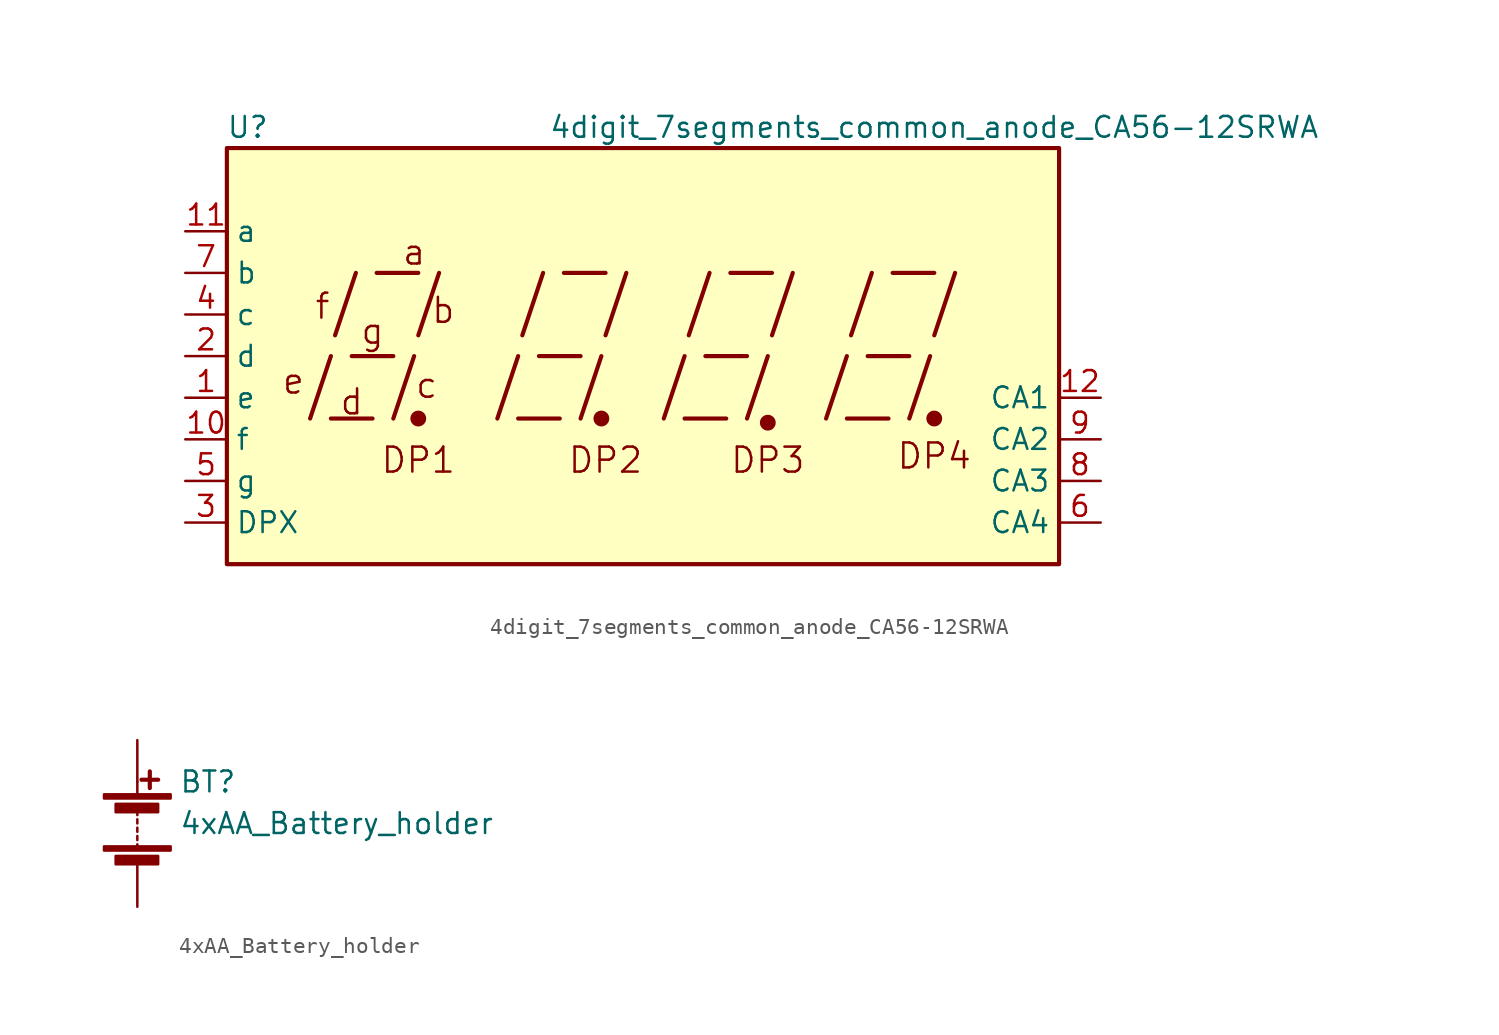
<source format=kicad_sym>
(kicad_symbol_lib
  (version 20211014)
  (generator kicad_symbol_editor)
  (symbol "4digit_7segments_common_anode_CA56-12SRWA"
    (property "Reference" "U"
      (at -24.13 13.97 0)
      (effects (font (size 1.27 1.27))))
    (property "Value" "4digit_7segments_common_anode_CA56-12SRWA"
      (at 17.78 13.97 0)
      (effects (font (size 1.27 1.27))))
    (symbol "4digit_7segments_common_anode_CA56-12SRWA_0_0"
      (rectangle (start -25.4 12.7) (end 25.4 -12.7) (stroke (width 0.254) (type default) (color 0 0 0 0)) (fill (type background)))
      (polyline (pts (xy -20.32 -3.81) (xy -19.05 0)) (stroke (width 0.254) (type default) (color 0 0 0 0)) (fill (type none)))
      (polyline (pts (xy -19.05 -3.81) (xy -16.51 -3.81)) (stroke (width 0.254) (type default) (color 0 0 0 0)) (fill (type none)))
      (polyline (pts (xy -18.796 1.27) (xy -17.526 5.08)) (stroke (width 0.254) (type default) (color 0 0 0 0)) (fill (type none)))
      (polyline (pts (xy -17.78 0) (xy -15.24 0)) (stroke (width 0.254) (type default) (color 0 0 0 0)) (fill (type none)))
      (polyline (pts (xy -16.256 5.08) (xy -13.716 5.08)) (stroke (width 0.254) (type default) (color 0 0 0 0)) (fill (type none)))
      (polyline (pts (xy -15.24 -3.81) (xy -13.97 0)) (stroke (width 0.254) (type default) (color 0 0 0 0)) (fill (type none)))
      (polyline (pts (xy -13.716 1.27) (xy -12.446 5.08)) (stroke (width 0.254) (type default) (color 0 0 0 0)) (fill (type none)))
      (polyline (pts (xy -8.89 -3.81) (xy -7.62 0)) (stroke (width 0.254) (type default) (color 0 0 0 0)) (fill (type none)))
      (polyline (pts (xy -7.62 -3.81) (xy -5.08 -3.81)) (stroke (width 0.254) (type default) (color 0 0 0 0)) (fill (type none)))
      (polyline (pts (xy -7.366 1.27) (xy -6.096 5.08)) (stroke (width 0.254) (type default) (color 0 0 0 0)) (fill (type none)))
      (polyline (pts (xy -6.35 0) (xy -3.81 0)) (stroke (width 0.254) (type default) (color 0 0 0 0)) (fill (type none)))
      (polyline (pts (xy -4.826 5.08) (xy -2.286 5.08)) (stroke (width 0.254) (type default) (color 0 0 0 0)) (fill (type none)))
      (polyline (pts (xy -3.81 -3.81) (xy -2.54 0)) (stroke (width 0.254) (type default) (color 0 0 0 0)) (fill (type none)))
      (polyline (pts (xy -2.286 1.27) (xy -1.016 5.08)) (stroke (width 0.254) (type default) (color 0 0 0 0)) (fill (type none)))
      (polyline (pts (xy 1.27 -3.81) (xy 2.54 0)) (stroke (width 0.254) (type default) (color 0 0 0 0)) (fill (type none)))
      (polyline (pts (xy 2.54 -3.81) (xy 5.08 -3.81)) (stroke (width 0.254) (type default) (color 0 0 0 0)) (fill (type none)))
      (polyline (pts (xy 2.794 1.27) (xy 4.064 5.08)) (stroke (width 0.254) (type default) (color 0 0 0 0)) (fill (type none)))
      (polyline (pts (xy 3.81 0) (xy 6.35 0)) (stroke (width 0.254) (type default) (color 0 0 0 0)) (fill (type none)))
      (polyline (pts (xy 5.334 5.08) (xy 7.874 5.08)) (stroke (width 0.254) (type default) (color 0 0 0 0)) (fill (type none)))
      (polyline (pts (xy 6.35 -3.81) (xy 7.62 0)) (stroke (width 0.254) (type default) (color 0 0 0 0)) (fill (type none)))
      (polyline (pts (xy 7.874 1.27) (xy 9.144 5.08)) (stroke (width 0.254) (type default) (color 0 0 0 0)) (fill (type none)))
      (polyline (pts (xy 11.176 -3.81) (xy 12.446 0)) (stroke (width 0.254) (type default) (color 0 0 0 0)) (fill (type none)))
      (polyline (pts (xy 12.446 -3.81) (xy 14.986 -3.81)) (stroke (width 0.254) (type default) (color 0 0 0 0)) (fill (type none)))
      (polyline (pts (xy 12.7 1.27) (xy 13.97 5.08)) (stroke (width 0.254) (type default) (color 0 0 0 0)) (fill (type none)))
      (polyline (pts (xy 13.716 0) (xy 16.256 0)) (stroke (width 0.254) (type default) (color 0 0 0 0)) (fill (type none)))
      (polyline (pts (xy 15.24 5.08) (xy 17.78 5.08)) (stroke (width 0.254) (type default) (color 0 0 0 0)) (fill (type none)))
      (polyline (pts (xy 16.256 -3.81) (xy 17.526 0)) (stroke (width 0.254) (type default) (color 0 0 0 0)) (fill (type none)))
      (polyline (pts (xy 17.78 1.27) (xy 19.05 5.08)) (stroke (width 0.254) (type default) (color 0 0 0 0)) (fill (type none)))
      (text "a" (at -13.97 6.35 0) (effects (font (size 1.524 1.524))))
      (text "b" (at -12.192 2.794 0) (effects (font (size 1.524 1.524))))
      (text "c" (at -13.208 -1.778 0) (effects (font (size 1.524 1.524))))
      (text "d" (at -17.78 -2.794 0) (effects (font (size 1.524 1.524))))
      (text "DP1" (at -13.716 -6.35 0) (effects (font (size 1.524 1.524))))
      (text "DP2" (at -2.286 -6.35 0) (effects (font (size 1.524 1.524))))
      (text "DP3" (at 7.62 -6.35 0) (effects (font (size 1.524 1.524))))
      (text "DP4" (at 17.78 -6.096 0) (effects (font (size 1.524 1.524))))
      (text "e" (at -21.336 -1.524 0) (effects (font (size 1.524 1.524))))
      (text "f" (at -19.558 3.048 0) (effects (font (size 1.524 1.524))))
      (text "g" (at -16.51 1.524 0) (effects (font (size 1.524 1.524)))))
    (symbol "4digit_7segments_common_anode_CA56-12SRWA_0_1"
      (circle (center -13.716 -3.81) (radius 0.356) (stroke (width 0.254) (type default) (color 0 0 0 0)) (fill (type outline)))
      (circle (center -2.54 -3.81) (radius 0.356) (stroke (width 0.254) (type default) (color 0 0 0 0)) (fill (type outline))))
    (symbol "4digit_7segments_common_anode_CA56-12SRWA_1_0"
      (circle (center 7.62 -4.064) (radius 0.356) (stroke (width 0.254) (type default) (color 0 0 0 0)) (fill (type outline)))
      (circle (center 17.78 -3.81) (radius 0.356) (stroke (width 0.254) (type default) (color 0 0 0 0)) (fill (type outline))))
    (symbol "4digit_7segments_common_anode_CA56-12SRWA_1_1"
      (pin input line (at -27.94 -2.54 0) (length 2.54) (name "e" (effects (font (size 1.27 1.27)))) (number "1" (effects (font (size 1.27 1.27)))))
      (pin input line (at -27.94 -5.08 0) (length 2.54) (name "f" (effects (font (size 1.27 1.27)))) (number "10" (effects (font (size 1.27 1.27)))))
      (pin input line (at -27.94 7.62 0) (length 2.54) (name "a" (effects (font (size 1.27 1.27)))) (number "11" (effects (font (size 1.27 1.27)))))
      (pin input line (at 27.94 -2.54 180) (length 2.54) (name "CA1" (effects (font (size 1.27 1.27)))) (number "12" (effects (font (size 1.27 1.27)))))
      (pin input line (at -27.94 0 0) (length 2.54) (name "d" (effects (font (size 1.27 1.27)))) (number "2" (effects (font (size 1.27 1.27)))))
      (pin input line (at -27.94 -10.16 0) (length 2.54) (name "DPX" (effects (font (size 1.27 1.27)))) (number "3" (effects (font (size 1.27 1.27)))))
      (pin input line (at -27.94 2.54 0) (length 2.54) (name "c" (effects (font (size 1.27 1.27)))) (number "4" (effects (font (size 1.27 1.27)))))
      (pin input line (at -27.94 -7.62 0) (length 2.54) (name "g" (effects (font (size 1.27 1.27)))) (number "5" (effects (font (size 1.27 1.27)))))
      (pin input line (at 27.94 -10.16 180) (length 2.54) (name "CA4" (effects (font (size 1.27 1.27)))) (number "6" (effects (font (size 1.27 1.27)))))
      (pin input line (at -27.94 5.08 0) (length 2.54) (name "b" (effects (font (size 1.27 1.27)))) (number "7" (effects (font (size 1.27 1.27)))))
      (pin input line (at 27.94 -7.62 180) (length 2.54) (name "CA3" (effects (font (size 1.27 1.27)))) (number "8" (effects (font (size 1.27 1.27)))))
      (pin input line (at 27.94 -5.08 180) (length 2.54) (name "CA2" (effects (font (size 1.27 1.27)))) (number "9" (effects (font (size 1.27 1.27)))))))
  (symbol "4xAA_Battery_holder"
    (pin_numbers hide)
    (pin_names
      (offset 0) hide)
    (property "Reference" "BT"
      (at 2.54 2.54 0)
      (effects (font (size 1.27 1.27)) (justify left)))
    (property "Value" "4xAA_Battery_holder"
      (at 2.54 0 0)
      (effects (font (size 1.27 1.27)) (justify left)))
    (symbol "4xAA_Battery_holder_0_1"
      (rectangle (start -2.032 -1.397) (end 2.032 -1.651) (stroke (width 0) (type default) (color 0 0 0 0)) (fill (type outline)))
      (rectangle (start -2.032 1.778) (end 2.032 1.524) (stroke (width 0) (type default) (color 0 0 0 0)) (fill (type outline)))
      (rectangle (start -1.321 -1.981) (end 1.27 -2.489) (stroke (width 0) (type default) (color 0 0 0 0)) (fill (type outline)))
      (rectangle (start -1.321 1.194) (end 1.27 0.686) (stroke (width 0) (type default) (color 0 0 0 0)) (fill (type outline)))
      (polyline (pts (xy 0 -1.524) (xy 0 -1.27)) (stroke (width 0) (type default) (color 0 0 0 0)) (fill (type none)))
      (polyline (pts (xy 0 -1.016) (xy 0 -0.762)) (stroke (width 0) (type default) (color 0 0 0 0)) (fill (type none)))
      (polyline (pts (xy 0 -0.508) (xy 0 -0.254)) (stroke (width 0) (type default) (color 0 0 0 0)) (fill (type none)))
      (polyline (pts (xy 0 0) (xy 0 0.254)) (stroke (width 0) (type default) (color 0 0 0 0)) (fill (type none)))
      (polyline (pts (xy 0 0.508) (xy 0 0.762)) (stroke (width 0) (type default) (color 0 0 0 0)) (fill (type none)))
      (polyline (pts (xy 0 1.778) (xy 0 2.54)) (stroke (width 0) (type default) (color 0 0 0 0)) (fill (type none)))
      (polyline (pts (xy 0.254 2.667) (xy 1.27 2.667)) (stroke (width 0.254) (type default) (color 0 0 0 0)) (fill (type none)))
      (polyline (pts (xy 0.762 3.175) (xy 0.762 2.159)) (stroke (width 0.254) (type default) (color 0 0 0 0)) (fill (type none))))
    (symbol "4xAA_Battery_holder_1_1"
      (pin passive line (at 0 5.08 270) (length 2.54) (name "+" (effects (font (size 1.27 1.27)))) (number "1" (effects (font (size 1.27 1.27)))))
      (pin passive line (at 0 -5.08 90) (length 2.54) (name "-" (effects (font (size 1.27 1.27)))) (number "2" (effects (font (size 1.27 1.27))))))))
</source>
